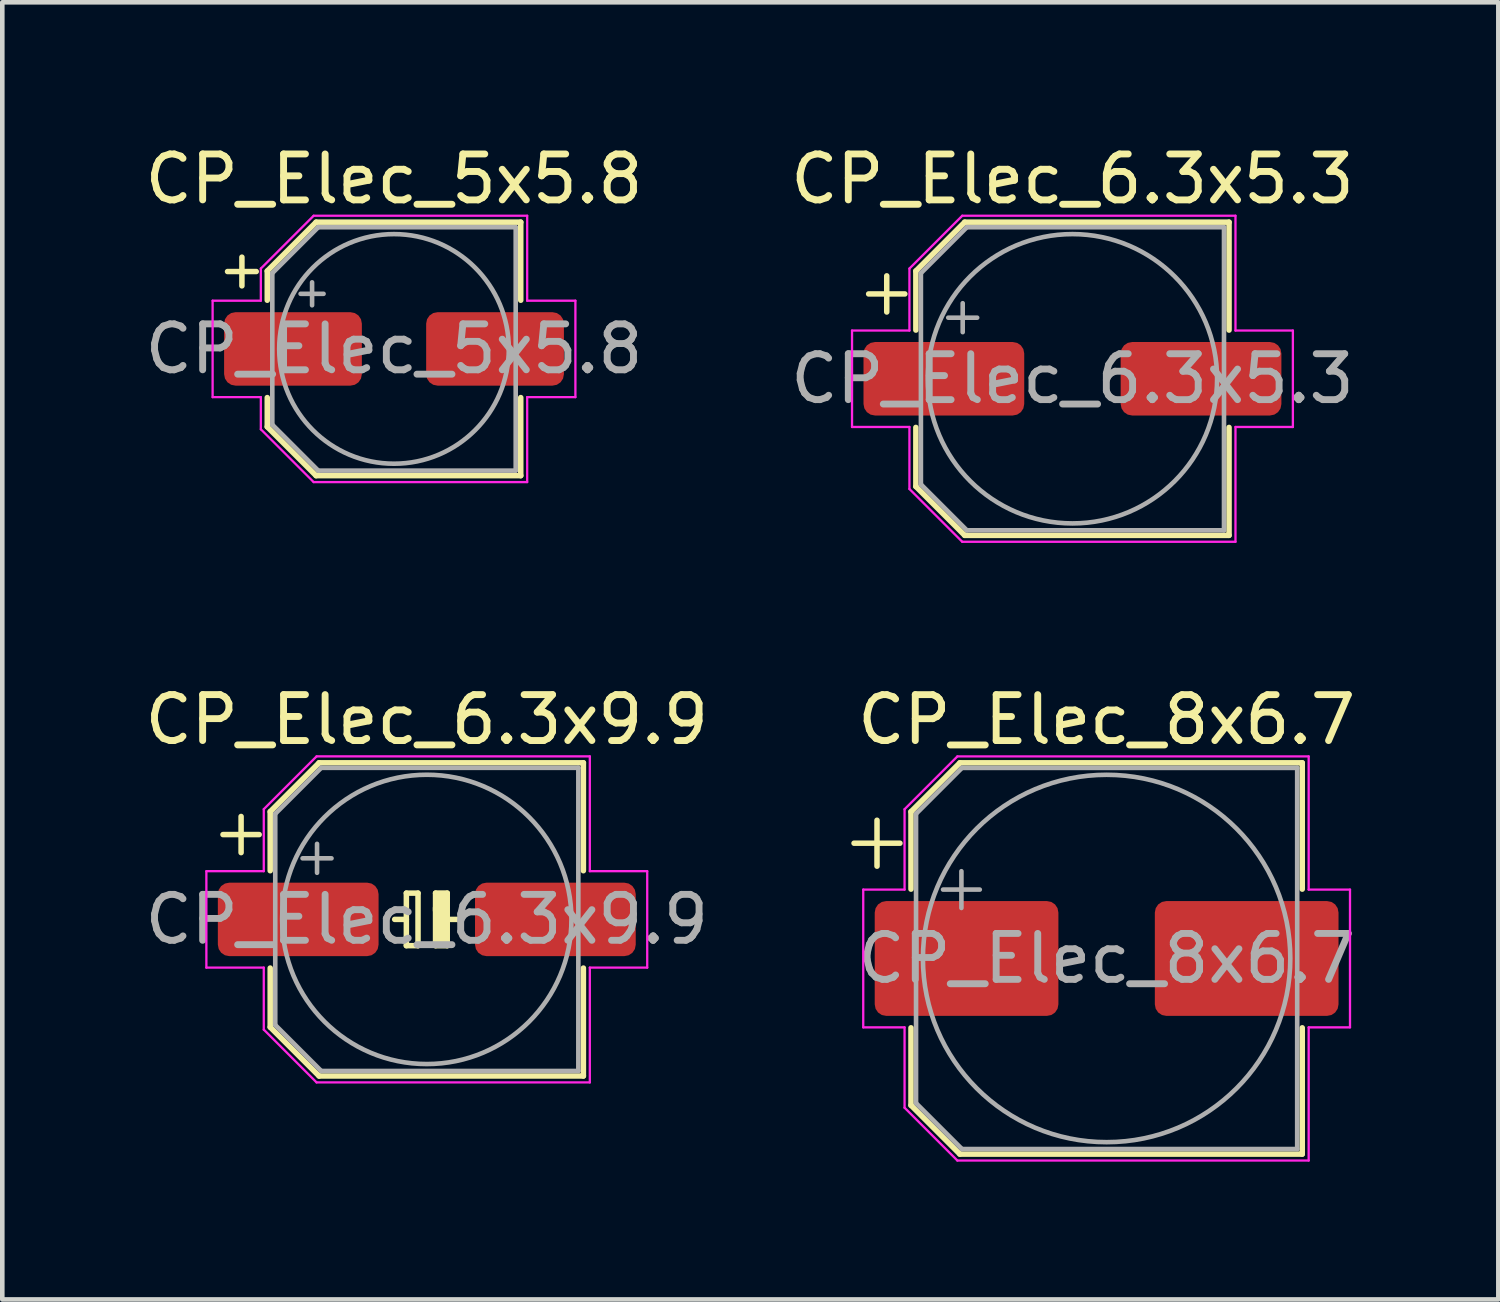
<source format=kicad_pcb>
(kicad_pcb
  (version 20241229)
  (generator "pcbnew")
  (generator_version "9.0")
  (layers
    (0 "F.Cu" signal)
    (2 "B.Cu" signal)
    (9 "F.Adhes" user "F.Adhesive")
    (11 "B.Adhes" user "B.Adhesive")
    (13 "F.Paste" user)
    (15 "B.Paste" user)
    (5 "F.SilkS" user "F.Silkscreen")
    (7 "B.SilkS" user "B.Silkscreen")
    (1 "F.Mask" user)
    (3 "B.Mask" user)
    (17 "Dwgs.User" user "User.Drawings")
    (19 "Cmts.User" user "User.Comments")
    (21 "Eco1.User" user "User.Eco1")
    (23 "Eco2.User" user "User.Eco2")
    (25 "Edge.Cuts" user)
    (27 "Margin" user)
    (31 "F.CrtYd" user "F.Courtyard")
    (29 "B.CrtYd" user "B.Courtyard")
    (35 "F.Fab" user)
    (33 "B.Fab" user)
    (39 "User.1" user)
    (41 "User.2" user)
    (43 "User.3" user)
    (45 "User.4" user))
  (footprint "CP_Elec_8x6.7"
    (layer "F.Cu")
    (at 21.048 17.822)
    (property "Reference" "CP_Elec_8x6.7" (at 0 -5.2 0) (layer "F.SilkS") (effects (font (size 1 1) (thickness 0.15))))
    (attr smd)
    (fp_line (start -5.5 -2.51) (end -4.5 -2.51) (stroke (width 0.12) (type solid)) (layer "F.SilkS"))
    (fp_line (start -5 -3.01) (end -5 -2.01) (stroke (width 0.12) (type solid)) (layer "F.SilkS"))
    (fp_line (start -4.26 -3.196) (end -4.26 -1.51) (stroke (width 0.12) (type solid)) (layer "F.SilkS"))
    (fp_line (start -4.26 -3.196) (end -3.196 -4.26) (stroke (width 0.12) (type solid)) (layer "F.SilkS"))
    (fp_line (start -4.26 3.196) (end -4.26 1.51) (stroke (width 0.12) (type solid)) (layer "F.SilkS"))
    (fp_line (start -4.26 3.196) (end -3.196 4.26) (stroke (width 0.12) (type solid)) (layer "F.SilkS"))
    (fp_line (start -3.196 -4.26) (end 4.26 -4.26) (stroke (width 0.12) (type solid)) (layer "F.SilkS"))
    (fp_line (start -3.196 4.26) (end 4.26 4.26) (stroke (width 0.12) (type solid)) (layer "F.SilkS"))
    (fp_line (start 4.26 -4.26) (end 4.26 -1.51) (stroke (width 0.12) (type solid)) (layer "F.SilkS"))
    (fp_line (start 4.26 4.26) (end 4.26 1.51) (stroke (width 0.12) (type solid)) (layer "F.SilkS"))
    (fp_line (start -5.3 -1.5) (end -5.3 1.5) (stroke (width 0.05) (type solid)) (layer "F.CrtYd"))
    (fp_line (start -5.3 1.5) (end -4.4 1.5) (stroke (width 0.05) (type solid)) (layer "F.CrtYd"))
    (fp_line (start -4.4 -3.25) (end -4.4 -1.5) (stroke (width 0.05) (type solid)) (layer "F.CrtYd"))
    (fp_line (start -4.4 -3.25) (end -3.25 -4.4) (stroke (width 0.05) (type solid)) (layer "F.CrtYd"))
    (fp_line (start -4.4 -1.5) (end -5.3 -1.5) (stroke (width 0.05) (type solid)) (layer "F.CrtYd"))
    (fp_line (start -4.4 1.5) (end -4.4 3.25) (stroke (width 0.05) (type solid)) (layer "F.CrtYd"))
    (fp_line (start -4.4 3.25) (end -3.25 4.4) (stroke (width 0.05) (type solid)) (layer "F.CrtYd"))
    (fp_line (start -3.25 -4.4) (end 4.4 -4.4) (stroke (width 0.05) (type solid)) (layer "F.CrtYd"))
    (fp_line (start -3.25 4.4) (end 4.4 4.4) (stroke (width 0.05) (type solid)) (layer "F.CrtYd"))
    (fp_line (start 4.4 -4.4) (end 4.4 -1.5) (stroke (width 0.05) (type solid)) (layer "F.CrtYd"))
    (fp_line (start 4.4 -1.5) (end 5.3 -1.5) (stroke (width 0.05) (type solid)) (layer "F.CrtYd"))
    (fp_line (start 4.4 1.5) (end 4.4 4.4) (stroke (width 0.05) (type solid)) (layer "F.CrtYd"))
    (fp_line (start 5.3 -1.5) (end 5.3 1.5) (stroke (width 0.05) (type solid)) (layer "F.CrtYd"))
    (fp_line (start 5.3 1.5) (end 4.4 1.5) (stroke (width 0.05) (type solid)) (layer "F.CrtYd"))
    (fp_line (start -4.15 -3.15) (end -4.15 3.15) (stroke (width 0.1) (type solid)) (layer "F.Fab"))
    (fp_line (start -4.15 -3.15) (end -3.15 -4.15) (stroke (width 0.1) (type solid)) (layer "F.Fab"))
    (fp_line (start -4.15 3.15) (end -3.15 4.15) (stroke (width 0.1) (type solid)) (layer "F.Fab"))
    (fp_line (start -3.562 -1.5) (end -2.762 -1.5) (stroke (width 0.1) (type solid)) (layer "F.Fab"))
    (fp_line (start -3.162 -1.9) (end -3.162 -1.1) (stroke (width 0.1) (type solid)) (layer "F.Fab"))
    (fp_line (start -3.15 -4.15) (end 4.15 -4.15) (stroke (width 0.1) (type solid)) (layer "F.Fab"))
    (fp_line (start -3.15 4.15) (end 4.15 4.15) (stroke (width 0.1) (type solid)) (layer "F.Fab"))
    (fp_line (start 4.15 -4.15) (end 4.15 4.15) (stroke (width 0.1) (type solid)) (layer "F.Fab"))
    (fp_circle (center 0 0) (end 4 0) (stroke (width 0.1) (type solid)) (fill no) (layer "F.Fab"))
    (fp_text user "${REFERENCE}" (at 0 0 0) (layer "F.Fab") (effects (font (size 1 1) (thickness 0.15))))
    (pad "1" smd roundrect (at -3.05 0) (size 4 2.5) (layers "F.Cu" "F.Mask" "F.Paste") (roundrect_rratio 0.1))
    (pad "2" smd roundrect (at 3.05 0) (size 4 2.5) (layers "F.Cu" "F.Mask" "F.Paste") (roundrect_rratio 0.1)))
  (footprint "CP_Elec_6.3x5.3"
    (layer "F.Cu")
    (at 20.304 5.198)
    (property "Reference" "CP_Elec_6.3x5.3" (at 0 -4.35 0) (layer "F.SilkS") (effects (font (size 1 1) (thickness 0.15))))
    (attr smd)
    (fp_line (start -4.438 -1.847) (end -3.65 -1.847) (stroke (width 0.12) (type solid)) (layer "F.SilkS"))
    (fp_line (start -4.044 -2.241) (end -4.044 -1.454) (stroke (width 0.12) (type solid)) (layer "F.SilkS"))
    (fp_line (start -3.41 -2.346) (end -3.41 -1.06) (stroke (width 0.12) (type solid)) (layer "F.SilkS"))
    (fp_line (start -3.41 -2.346) (end -2.346 -3.41) (stroke (width 0.12) (type solid)) (layer "F.SilkS"))
    (fp_line (start -3.41 2.346) (end -3.41 1.06) (stroke (width 0.12) (type solid)) (layer "F.SilkS"))
    (fp_line (start -3.41 2.346) (end -2.346 3.41) (stroke (width 0.12) (type solid)) (layer "F.SilkS"))
    (fp_line (start -2.346 -3.41) (end 3.41 -3.41) (stroke (width 0.12) (type solid)) (layer "F.SilkS"))
    (fp_line (start -2.346 3.41) (end 3.41 3.41) (stroke (width 0.12) (type solid)) (layer "F.SilkS"))
    (fp_line (start 3.41 -3.41) (end 3.41 -1.06) (stroke (width 0.12) (type solid)) (layer "F.SilkS"))
    (fp_line (start 3.41 3.41) (end 3.41 1.06) (stroke (width 0.12) (type solid)) (layer "F.SilkS"))
    (fp_line (start -4.8 -1.05) (end -4.8 1.05) (stroke (width 0.05) (type solid)) (layer "F.CrtYd"))
    (fp_line (start -4.8 1.05) (end -3.55 1.05) (stroke (width 0.05) (type solid)) (layer "F.CrtYd"))
    (fp_line (start -3.55 -2.4) (end -3.55 -1.05) (stroke (width 0.05) (type solid)) (layer "F.CrtYd"))
    (fp_line (start -3.55 -2.4) (end -2.4 -3.55) (stroke (width 0.05) (type solid)) (layer "F.CrtYd"))
    (fp_line (start -3.55 -1.05) (end -4.8 -1.05) (stroke (width 0.05) (type solid)) (layer "F.CrtYd"))
    (fp_line (start -3.55 1.05) (end -3.55 2.4) (stroke (width 0.05) (type solid)) (layer "F.CrtYd"))
    (fp_line (start -3.55 2.4) (end -2.4 3.55) (stroke (width 0.05) (type solid)) (layer "F.CrtYd"))
    (fp_line (start -2.4 -3.55) (end 3.55 -3.55) (stroke (width 0.05) (type solid)) (layer "F.CrtYd"))
    (fp_line (start -2.4 3.55) (end 3.55 3.55) (stroke (width 0.05) (type solid)) (layer "F.CrtYd"))
    (fp_line (start 3.55 -3.55) (end 3.55 -1.05) (stroke (width 0.05) (type solid)) (layer "F.CrtYd"))
    (fp_line (start 3.55 -1.05) (end 4.8 -1.05) (stroke (width 0.05) (type solid)) (layer "F.CrtYd"))
    (fp_line (start 3.55 1.05) (end 3.55 3.55) (stroke (width 0.05) (type solid)) (layer "F.CrtYd"))
    (fp_line (start 4.8 -1.05) (end 4.8 1.05) (stroke (width 0.05) (type solid)) (layer "F.CrtYd"))
    (fp_line (start 4.8 1.05) (end 3.55 1.05) (stroke (width 0.05) (type solid)) (layer "F.CrtYd"))
    (fp_line (start -3.3 -2.3) (end -3.3 2.3) (stroke (width 0.1) (type solid)) (layer "F.Fab"))
    (fp_line (start -3.3 -2.3) (end -2.3 -3.3) (stroke (width 0.1) (type solid)) (layer "F.Fab"))
    (fp_line (start -3.3 2.3) (end -2.3 3.3) (stroke (width 0.1) (type solid)) (layer "F.Fab"))
    (fp_line (start -2.705 -1.33) (end -2.075 -1.33) (stroke (width 0.1) (type solid)) (layer "F.Fab"))
    (fp_line (start -2.39 -1.645) (end -2.39 -1.015) (stroke (width 0.1) (type solid)) (layer "F.Fab"))
    (fp_line (start -2.3 -3.3) (end 3.3 -3.3) (stroke (width 0.1) (type solid)) (layer "F.Fab"))
    (fp_line (start -2.3 3.3) (end 3.3 3.3) (stroke (width 0.1) (type solid)) (layer "F.Fab"))
    (fp_line (start 3.3 -3.3) (end 3.3 3.3) (stroke (width 0.1) (type solid)) (layer "F.Fab"))
    (fp_circle (center 0 0) (end 3.15 0) (stroke (width 0.1) (type solid)) (fill no) (layer "F.Fab"))
    (fp_text user "${REFERENCE}" (at 0 0 0) (layer "F.Fab") (effects (font (size 1 1) (thickness 0.15))))
    (pad "1" smd roundrect (at -2.8 0) (size 3.5 1.6) (layers "F.Cu" "F.Mask" "F.Paste") (roundrect_rratio 0.156))
    (pad "2" smd roundrect (at 2.8 0) (size 3.5 1.6) (layers "F.Cu" "F.Mask" "F.Paste") (roundrect_rratio 0.156)))
  (footprint "CP_Elec_5x5.8"
    (layer "F.Cu")
    (at 5.53 4.548)
    (property "Reference" "CP_Elec_5x5.8" (at 0 -3.7 0) (layer "F.SilkS") (effects (font (size 1 1) (thickness 0.15))))
    (attr smd)
    (fp_line (start -3.625 -1.685) (end -3 -1.685) (stroke (width 0.12) (type solid)) (layer "F.SilkS"))
    (fp_line (start -3.312 -1.998) (end -3.312 -1.373) (stroke (width 0.12) (type solid)) (layer "F.SilkS"))
    (fp_line (start -2.76 -1.696) (end -2.76 -1.06) (stroke (width 0.12) (type solid)) (layer "F.SilkS"))
    (fp_line (start -2.76 -1.696) (end -1.696 -2.76) (stroke (width 0.12) (type solid)) (layer "F.SilkS"))
    (fp_line (start -2.76 1.696) (end -2.76 1.06) (stroke (width 0.12) (type solid)) (layer "F.SilkS"))
    (fp_line (start -2.76 1.696) (end -1.696 2.76) (stroke (width 0.12) (type solid)) (layer "F.SilkS"))
    (fp_line (start -1.696 -2.76) (end 2.76 -2.76) (stroke (width 0.12) (type solid)) (layer "F.SilkS"))
    (fp_line (start -1.696 2.76) (end 2.76 2.76) (stroke (width 0.12) (type solid)) (layer "F.SilkS"))
    (fp_line (start 2.76 -2.76) (end 2.76 -1.06) (stroke (width 0.12) (type solid)) (layer "F.SilkS"))
    (fp_line (start 2.76 2.76) (end 2.76 1.06) (stroke (width 0.12) (type solid)) (layer "F.SilkS"))
    (fp_line (start -3.95 -1.05) (end -3.95 1.05) (stroke (width 0.05) (type solid)) (layer "F.CrtYd"))
    (fp_line (start -3.95 1.05) (end -2.9 1.05) (stroke (width 0.05) (type solid)) (layer "F.CrtYd"))
    (fp_line (start -2.9 -1.75) (end -2.9 -1.05) (stroke (width 0.05) (type solid)) (layer "F.CrtYd"))
    (fp_line (start -2.9 -1.75) (end -1.75 -2.9) (stroke (width 0.05) (type solid)) (layer "F.CrtYd"))
    (fp_line (start -2.9 -1.05) (end -3.95 -1.05) (stroke (width 0.05) (type solid)) (layer "F.CrtYd"))
    (fp_line (start -2.9 1.05) (end -2.9 1.75) (stroke (width 0.05) (type solid)) (layer "F.CrtYd"))
    (fp_line (start -2.9 1.75) (end -1.75 2.9) (stroke (width 0.05) (type solid)) (layer "F.CrtYd"))
    (fp_line (start -1.75 -2.9) (end 2.9 -2.9) (stroke (width 0.05) (type solid)) (layer "F.CrtYd"))
    (fp_line (start -1.75 2.9) (end 2.9 2.9) (stroke (width 0.05) (type solid)) (layer "F.CrtYd"))
    (fp_line (start 2.9 -2.9) (end 2.9 -1.05) (stroke (width 0.05) (type solid)) (layer "F.CrtYd"))
    (fp_line (start 2.9 -1.05) (end 3.95 -1.05) (stroke (width 0.05) (type solid)) (layer "F.CrtYd"))
    (fp_line (start 2.9 1.05) (end 2.9 2.9) (stroke (width 0.05) (type solid)) (layer "F.CrtYd"))
    (fp_line (start 3.95 -1.05) (end 3.95 1.05) (stroke (width 0.05) (type solid)) (layer "F.CrtYd"))
    (fp_line (start 3.95 1.05) (end 2.9 1.05) (stroke (width 0.05) (type solid)) (layer "F.CrtYd"))
    (fp_line (start -2.65 -1.65) (end -2.65 1.65) (stroke (width 0.1) (type solid)) (layer "F.Fab"))
    (fp_line (start -2.65 -1.65) (end -1.65 -2.65) (stroke (width 0.1) (type solid)) (layer "F.Fab"))
    (fp_line (start -2.65 1.65) (end -1.65 2.65) (stroke (width 0.1) (type solid)) (layer "F.Fab"))
    (fp_line (start -2.034 -1.2) (end -1.534 -1.2) (stroke (width 0.1) (type solid)) (layer "F.Fab"))
    (fp_line (start -1.784 -1.45) (end -1.784 -0.95) (stroke (width 0.1) (type solid)) (layer "F.Fab"))
    (fp_line (start -1.65 -2.65) (end 2.65 -2.65) (stroke (width 0.1) (type solid)) (layer "F.Fab"))
    (fp_line (start -1.65 2.65) (end 2.65 2.65) (stroke (width 0.1) (type solid)) (layer "F.Fab"))
    (fp_line (start 2.65 -2.65) (end 2.65 2.65) (stroke (width 0.1) (type solid)) (layer "F.Fab"))
    (fp_circle (center 0 0) (end 2.5 0) (stroke (width 0.1) (type solid)) (fill no) (layer "F.Fab"))
    (fp_text user "${REFERENCE}" (at 0 0 0) (layer "F.Fab") (effects (font (size 1 1) (thickness 0.15))))
    (pad "1" smd roundrect (at -2.2 0) (size 3 1.6) (layers "F.Cu" "F.Mask" "F.Paste") (roundrect_rratio 0.156))
    (pad "2" smd roundrect (at 2.2 0) (size 3 1.6) (layers "F.Cu" "F.Mask" "F.Paste") (roundrect_rratio 0.156)))
  (footprint "CP_Elec_6.3x9.9"
    (layer "F.Cu")
    (at 6.244 16.971)
    (property "Reference" "CP_Elec_6.3x9.9" (at 0 -4.35 0) (layer "F.SilkS") (effects (font (size 1 1) (thickness 0.15))))
    (attr smd)
    (fp_line (start -4.438 -1.847) (end -3.65 -1.847) (stroke (width 0.12) (type solid)) (layer "F.SilkS"))
    (fp_line (start -4.044 -2.241) (end -4.044 -1.454) (stroke (width 0.12) (type solid)) (layer "F.SilkS"))
    (fp_line (start -3.41 -2.346) (end -3.41 -1.06) (stroke (width 0.12) (type solid)) (layer "F.SilkS"))
    (fp_line (start -3.41 -2.346) (end -2.346 -3.41) (stroke (width 0.12) (type solid)) (layer "F.SilkS"))
    (fp_line (start -3.41 2.346) (end -3.41 1.06) (stroke (width 0.12) (type solid)) (layer "F.SilkS"))
    (fp_line (start -3.41 2.346) (end -2.346 3.41) (stroke (width 0.12) (type solid)) (layer "F.SilkS"))
    (fp_line (start -2.346 -3.41) (end 3.41 -3.41) (stroke (width 0.12) (type solid)) (layer "F.SilkS"))
    (fp_line (start -2.346 3.41) (end 3.41 3.41) (stroke (width 0.12) (type solid)) (layer "F.SilkS"))
    (fp_line (start -0.445 -0.572) (end -0.191 -0.572) (stroke (width 0.12) (type solid)) (layer "F.SilkS"))
    (fp_line (start -0.445 0) (end -0.699 0) (stroke (width 0.12) (type solid)) (layer "F.SilkS"))
    (fp_line (start -0.445 0.572) (end -0.445 -0.572) (stroke (width 0.12) (type solid)) (layer "F.SilkS"))
    (fp_line (start -0.191 -0.572) (end -0.191 0.572) (stroke (width 0.12) (type solid)) (layer "F.SilkS"))
    (fp_line (start -0.191 0.572) (end -0.445 0.572) (stroke (width 0.12) (type solid)) (layer "F.SilkS"))
    (fp_line (start 0.191 -0.572) (end 0.191 -0.191) (stroke (width 0.12) (type solid)) (layer "F.SilkS"))
    (fp_line (start 0.191 -0.572) (end 0.445 -0.572) (stroke (width 0.12) (type solid)) (layer "F.SilkS"))
    (fp_line (start 0.191 -0.254) (end 0.191 0.572) (stroke (width 0.12) (type solid)) (layer "F.SilkS"))
    (fp_line (start 0.445 0) (end 0.699 0) (stroke (width 0.12) (type solid)) (layer "F.SilkS"))
    (fp_line (start 0.445 0.572) (end 0.191 0.572) (stroke (width 0.12) (type solid)) (layer "F.SilkS"))
    (fp_line (start 0.445 0.572) (end 0.445 -0.572) (stroke (width 0.12) (type solid)) (layer "F.SilkS"))
    (fp_line (start 3.41 -3.41) (end 3.41 -1.06) (stroke (width 0.12) (type solid)) (layer "F.SilkS"))
    (fp_line (start 3.41 3.41) (end 3.41 1.06) (stroke (width 0.12) (type solid)) (layer "F.SilkS"))
    (fp_poly (pts (xy 0.445 0.572) (xy 0.191 0.572) (xy 0.191 -0.572) (xy 0.445 -0.572)) (stroke (width 0.1) (type solid)) (fill yes) (layer "F.SilkS"))
    (fp_line (start -4.8 -1.05) (end -4.8 1.05) (stroke (width 0.05) (type solid)) (layer "F.CrtYd"))
    (fp_line (start -4.8 1.05) (end -3.55 1.05) (stroke (width 0.05) (type solid)) (layer "F.CrtYd"))
    (fp_line (start -3.55 -2.4) (end -3.55 -1.05) (stroke (width 0.05) (type solid)) (layer "F.CrtYd"))
    (fp_line (start -3.55 -2.4) (end -2.4 -3.55) (stroke (width 0.05) (type solid)) (layer "F.CrtYd"))
    (fp_line (start -3.55 -1.05) (end -4.8 -1.05) (stroke (width 0.05) (type solid)) (layer "F.CrtYd"))
    (fp_line (start -3.55 1.05) (end -3.55 2.4) (stroke (width 0.05) (type solid)) (layer "F.CrtYd"))
    (fp_line (start -3.55 2.4) (end -2.4 3.55) (stroke (width 0.05) (type solid)) (layer "F.CrtYd"))
    (fp_line (start -2.4 -3.55) (end 3.55 -3.55) (stroke (width 0.05) (type solid)) (layer "F.CrtYd"))
    (fp_line (start -2.4 3.55) (end 3.55 3.55) (stroke (width 0.05) (type solid)) (layer "F.CrtYd"))
    (fp_line (start 3.55 -3.55) (end 3.55 -1.05) (stroke (width 0.05) (type solid)) (layer "F.CrtYd"))
    (fp_line (start 3.55 -1.05) (end 4.8 -1.05) (stroke (width 0.05) (type solid)) (layer "F.CrtYd"))
    (fp_line (start 3.55 1.05) (end 3.55 3.55) (stroke (width 0.05) (type solid)) (layer "F.CrtYd"))
    (fp_line (start 4.8 -1.05) (end 4.8 1.05) (stroke (width 0.05) (type solid)) (layer "F.CrtYd"))
    (fp_line (start 4.8 1.05) (end 3.55 1.05) (stroke (width 0.05) (type solid)) (layer "F.CrtYd"))
    (fp_line (start -3.3 -2.3) (end -3.3 2.3) (stroke (width 0.1) (type solid)) (layer "F.Fab"))
    (fp_line (start -3.3 -2.3) (end -2.3 -3.3) (stroke (width 0.1) (type solid)) (layer "F.Fab"))
    (fp_line (start -3.3 2.3) (end -2.3 3.3) (stroke (width 0.1) (type solid)) (layer "F.Fab"))
    (fp_line (start -2.705 -1.33) (end -2.075 -1.33) (stroke (width 0.1) (type solid)) (layer "F.Fab"))
    (fp_line (start -2.39 -1.645) (end -2.39 -1.015) (stroke (width 0.1) (type solid)) (layer "F.Fab"))
    (fp_line (start -2.3 -3.3) (end 3.3 -3.3) (stroke (width 0.1) (type solid)) (layer "F.Fab"))
    (fp_line (start -2.3 3.3) (end 3.3 3.3) (stroke (width 0.1) (type solid)) (layer "F.Fab"))
    (fp_line (start 3.3 -3.3) (end 3.3 3.3) (stroke (width 0.1) (type solid)) (layer "F.Fab"))
    (fp_circle (center 0 0) (end 3.15 0) (stroke (width 0.1) (type solid)) (fill no) (layer "F.Fab"))
    (fp_text user "${REFERENCE}" (at 0 0 0) (layer "F.Fab") (effects (font (size 1 1) (thickness 0.15))))
    (pad "1" smd roundrect (at -2.8 0) (size 3.5 1.6) (layers "F.Cu" "F.Mask" "F.Paste") (roundrect_rratio 0.156))
    (pad "2" smd roundrect (at 2.8 0) (size 3.5 1.6) (layers "F.Cu" "F.Mask" "F.Paste") (roundrect_rratio 0.156)))
  (gr_rect
    (start -3 -3)
    (end 29.578 25.247)
    (stroke (width 0.1) (type default))
    (fill no)
    (layer "Edge.Cuts")))
</source>
